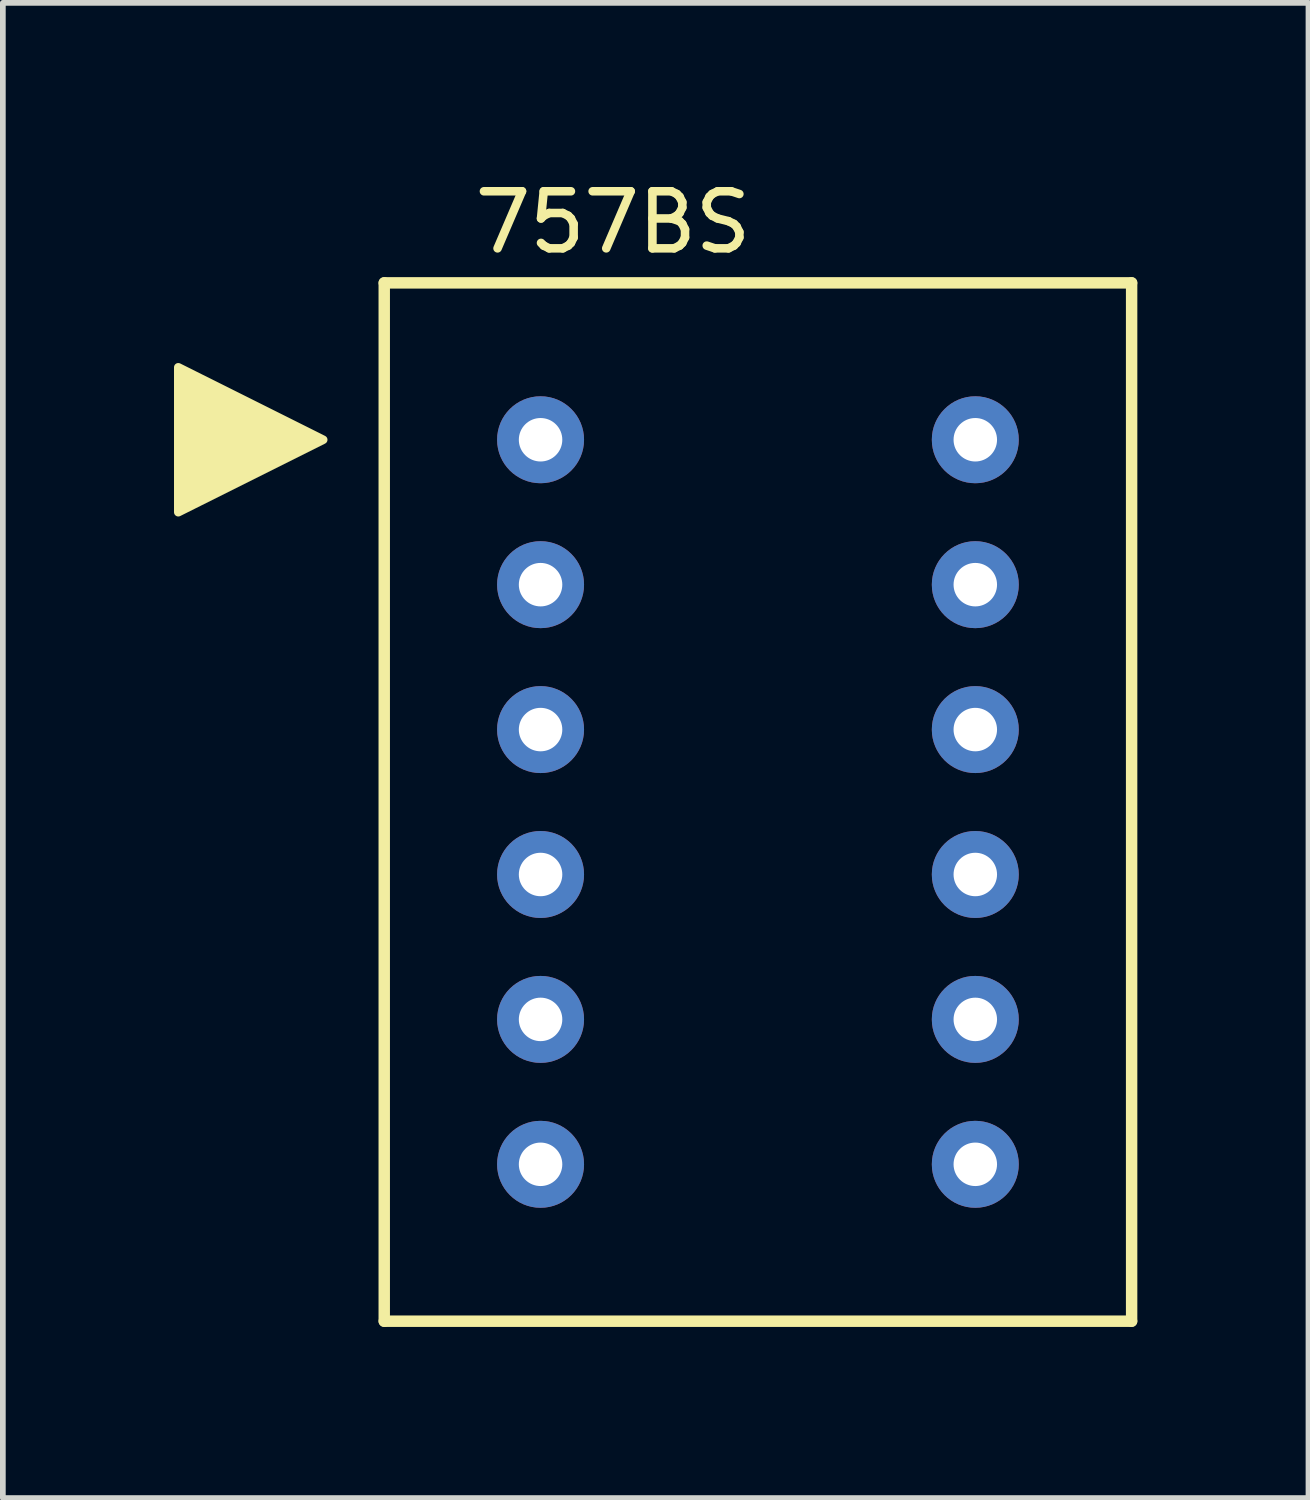
<source format=kicad_pcb>
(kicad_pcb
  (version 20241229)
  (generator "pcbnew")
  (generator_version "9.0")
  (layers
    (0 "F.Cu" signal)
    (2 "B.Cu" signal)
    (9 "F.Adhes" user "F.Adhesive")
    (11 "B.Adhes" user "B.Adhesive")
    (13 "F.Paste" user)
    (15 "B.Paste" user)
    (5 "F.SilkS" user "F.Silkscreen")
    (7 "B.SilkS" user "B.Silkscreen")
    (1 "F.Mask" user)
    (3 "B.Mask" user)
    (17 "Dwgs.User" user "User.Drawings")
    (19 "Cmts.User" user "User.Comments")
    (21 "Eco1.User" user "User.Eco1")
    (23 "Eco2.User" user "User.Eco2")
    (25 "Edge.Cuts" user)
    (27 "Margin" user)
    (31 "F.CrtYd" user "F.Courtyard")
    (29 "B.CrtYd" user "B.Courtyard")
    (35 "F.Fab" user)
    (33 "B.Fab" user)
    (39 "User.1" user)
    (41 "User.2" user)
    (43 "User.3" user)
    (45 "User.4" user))
  (footprint "757BS"
    (layer "F.Cu")
    (at 10.235 11.008)
    (property "Reference" "757BS" (at -2.54 -10.16 0) (layer "F.SilkS") (effects (font (size 1 1) (thickness 0.15))))
    (attr through_hole)
    (fp_line (start -6.55 -9.1) (end -6.55 9.1) (stroke (width 0.2) (type solid)) (layer "F.SilkS"))
    (fp_line (start -6.55 -9.1) (end 6.55 -9.1) (stroke (width 0.2) (type solid)) (layer "F.SilkS"))
    (fp_line (start 6.55 -9.1) (end 6.55 9.1) (stroke (width 0.2) (type solid)) (layer "F.SilkS"))
    (fp_line (start 6.55 9.1) (end -6.55 9.1) (stroke (width 0.2) (type solid)) (layer "F.SilkS"))
    (fp_poly (pts (xy -10.16 -5.08) (xy -7.62 -6.35) (xy -10.16 -7.62)) (stroke (width 0.15) (type solid)) (fill yes) (layer "F.SilkS"))
    (pad "1" thru_hole circle (at -3.81 -6.35) (size 1.524 1.524) (drill 0.762) (layers "*.Cu" "*.Mask"))
    (pad "2" thru_hole circle (at -3.81 -3.81) (size 1.524 1.524) (drill 0.762) (layers "*.Cu" "*.Mask"))
    (pad "3" thru_hole circle (at -3.81 -1.27) (size 1.524 1.524) (drill 0.762) (layers "*.Cu" "*.Mask"))
    (pad "4" thru_hole circle (at -3.81 1.27) (size 1.524 1.524) (drill 0.762) (layers "*.Cu" "*.Mask"))
    (pad "5" thru_hole circle (at -3.81 3.81) (size 1.524 1.524) (drill 0.762) (layers "*.Cu" "*.Mask"))
    (pad "6" thru_hole circle (at -3.81 6.35) (size 1.524 1.524) (drill 0.762) (layers "*.Cu" "*.Mask"))
    (pad "7" thru_hole circle (at 3.81 6.35) (size 1.524 1.524) (drill 0.762) (layers "*.Cu" "*.Mask"))
    (pad "8" thru_hole circle (at 3.81 3.81) (size 1.524 1.524) (drill 0.762) (layers "*.Cu" "*.Mask"))
    (pad "9" thru_hole circle (at 3.81 1.27) (size 1.524 1.524) (drill 0.762) (layers "*.Cu" "*.Mask"))
    (pad "10" thru_hole circle (at 3.81 -1.27) (size 1.524 1.524) (drill 0.762) (layers "*.Cu" "*.Mask"))
    (pad "11" thru_hole circle (at 3.81 -3.81) (size 1.524 1.524) (drill 0.762) (layers "*.Cu" "*.Mask"))
    (pad "12" thru_hole circle (at 3.81 -6.35) (size 1.524 1.524) (drill 0.762) (layers "*.Cu" "*.Mask")))
  (gr_rect
    (start -3 -3)
    (end 19.885 23.208)
    (stroke (width 0.1) (type default))
    (fill no)
    (layer "Edge.Cuts")))
</source>
